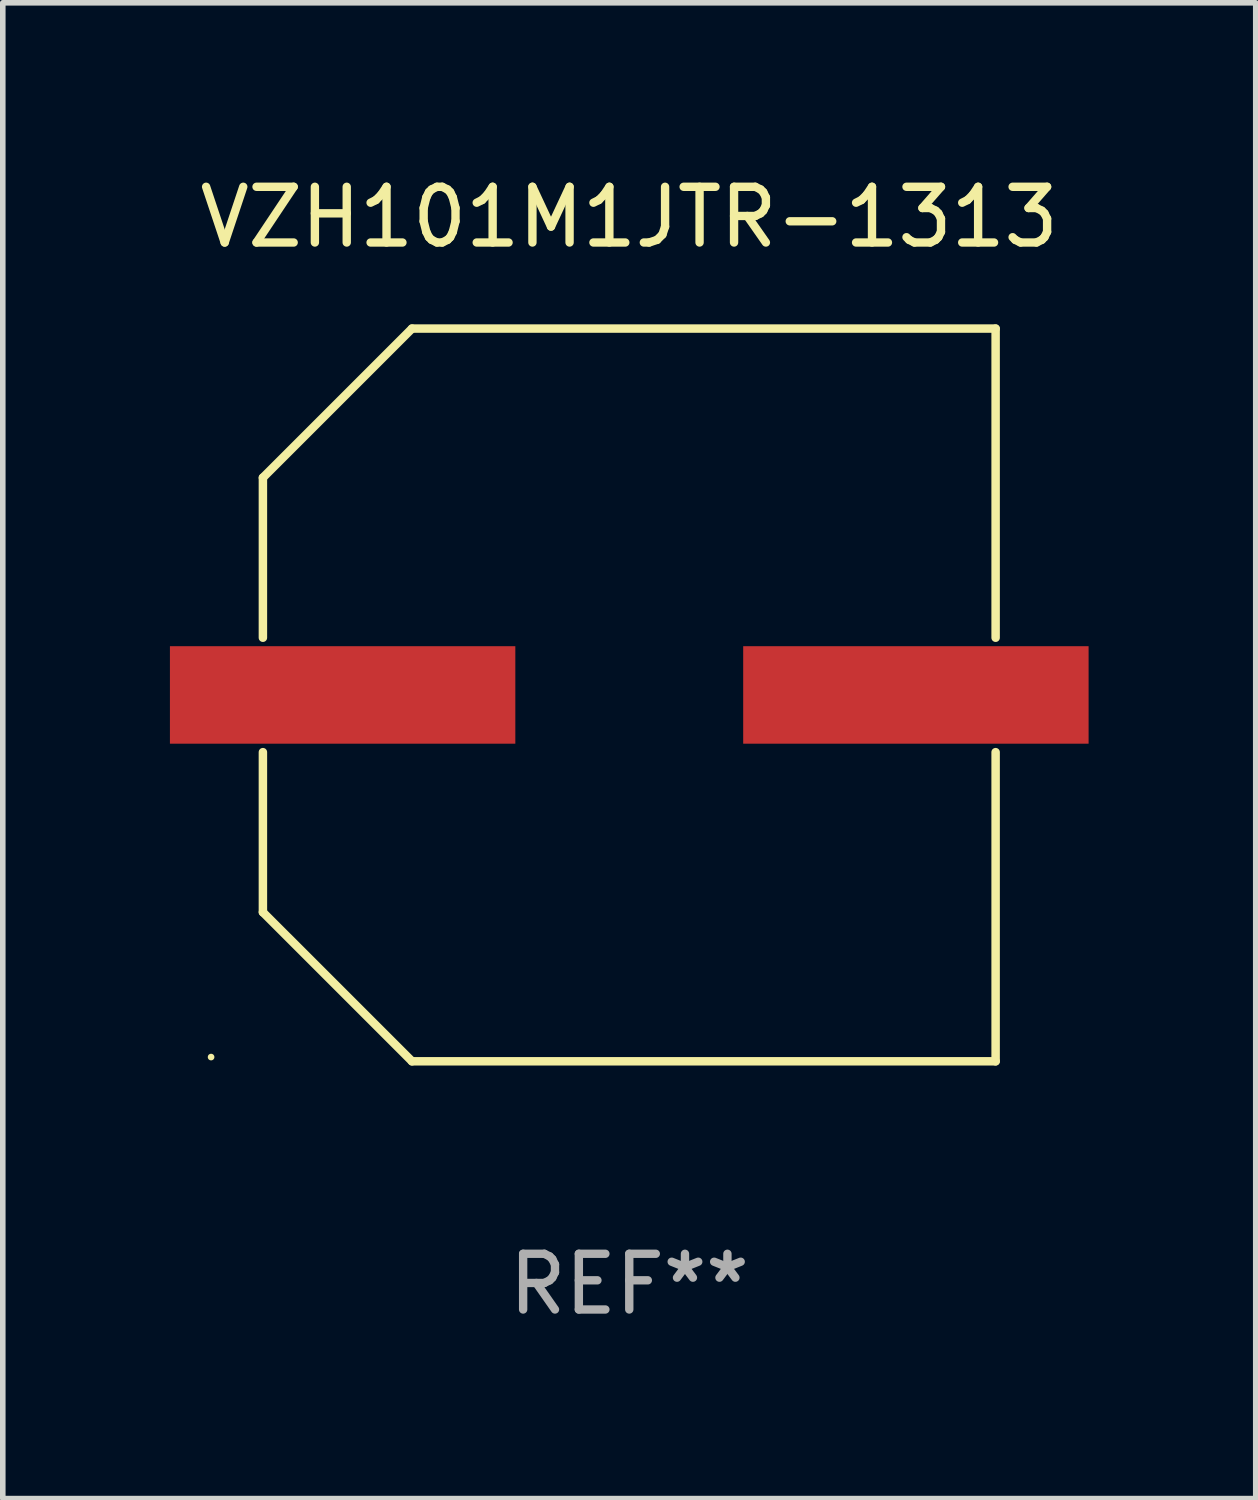
<source format=kicad_pcb>
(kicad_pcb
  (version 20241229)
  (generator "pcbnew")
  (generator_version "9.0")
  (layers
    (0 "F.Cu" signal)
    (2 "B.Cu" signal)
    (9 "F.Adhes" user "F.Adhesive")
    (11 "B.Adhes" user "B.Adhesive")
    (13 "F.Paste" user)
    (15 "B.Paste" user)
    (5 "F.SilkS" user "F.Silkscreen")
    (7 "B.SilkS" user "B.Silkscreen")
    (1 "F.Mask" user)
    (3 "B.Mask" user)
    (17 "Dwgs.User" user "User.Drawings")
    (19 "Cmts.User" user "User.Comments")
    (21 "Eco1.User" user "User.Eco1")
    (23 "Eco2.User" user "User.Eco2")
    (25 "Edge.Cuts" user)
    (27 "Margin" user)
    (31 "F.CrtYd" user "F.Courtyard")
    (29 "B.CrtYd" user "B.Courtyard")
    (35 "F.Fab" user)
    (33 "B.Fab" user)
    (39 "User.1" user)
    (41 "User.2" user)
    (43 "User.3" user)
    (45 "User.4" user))
  (footprint "VZH101M1JTR-1313"
    (layer "F.Cu")
    (at 8.245 9.424)
    (property "Reference" "VZH101M1JTR-1313" (at 0 -8.576 0) (layer "F.SilkS") (effects (font (size 1 1) (thickness 0.15))))
    (attr through_hole)
    (fp_line (start -6.576 -3.9) (end -6.576 -1.027) (stroke (width 0.152) (type solid)) (layer "F.SilkS"))
    (fp_line (start -6.576 3.9) (end -6.576 1.027) (stroke (width 0.152) (type solid)) (layer "F.SilkS"))
    (fp_line (start -3.9 -6.576) (end -6.576 -3.9) (stroke (width 0.152) (type solid)) (layer "F.SilkS"))
    (fp_line (start -3.9 6.576) (end -6.576 3.9) (stroke (width 0.152) (type solid)) (layer "F.SilkS"))
    (fp_line (start 6.576 -6.576) (end -3.9 -6.576) (stroke (width 0.152) (type solid)) (layer "F.SilkS"))
    (fp_line (start 6.576 -1.027) (end 6.576 -6.576) (stroke (width 0.152) (type solid)) (layer "F.SilkS"))
    (fp_line (start 6.576 1.027) (end 6.576 6.576) (stroke (width 0.152) (type solid)) (layer "F.SilkS"))
    (fp_line (start 6.576 6.576) (end -3.9 6.576) (stroke (width 0.152) (type solid)) (layer "F.SilkS"))
    (fp_circle (center -7.506 6.5) (end -7.476 6.5) (stroke (width 0.06) (type solid)) (fill no) (layer "F.SilkS"))
    (fp_text user "REF**" (at 0 10.576 0) (layer "F.Fab") (effects (font (size 1 1) (thickness 0.15))))
    (pad "1" smd rect (at -5.145 0) (size 6.2 1.75) (layers "F.Cu" "F.Mask" "F.Paste"))
    (pad "2" smd rect (at 5.145 0) (size 6.2 1.75) (layers "F.Cu" "F.Mask" "F.Paste")))
  (gr_rect
    (start -3 -3)
    (end 19.49 23.849)
    (stroke (width 0.1) (type default))
    (fill no)
    (layer "Edge.Cuts")))
</source>
